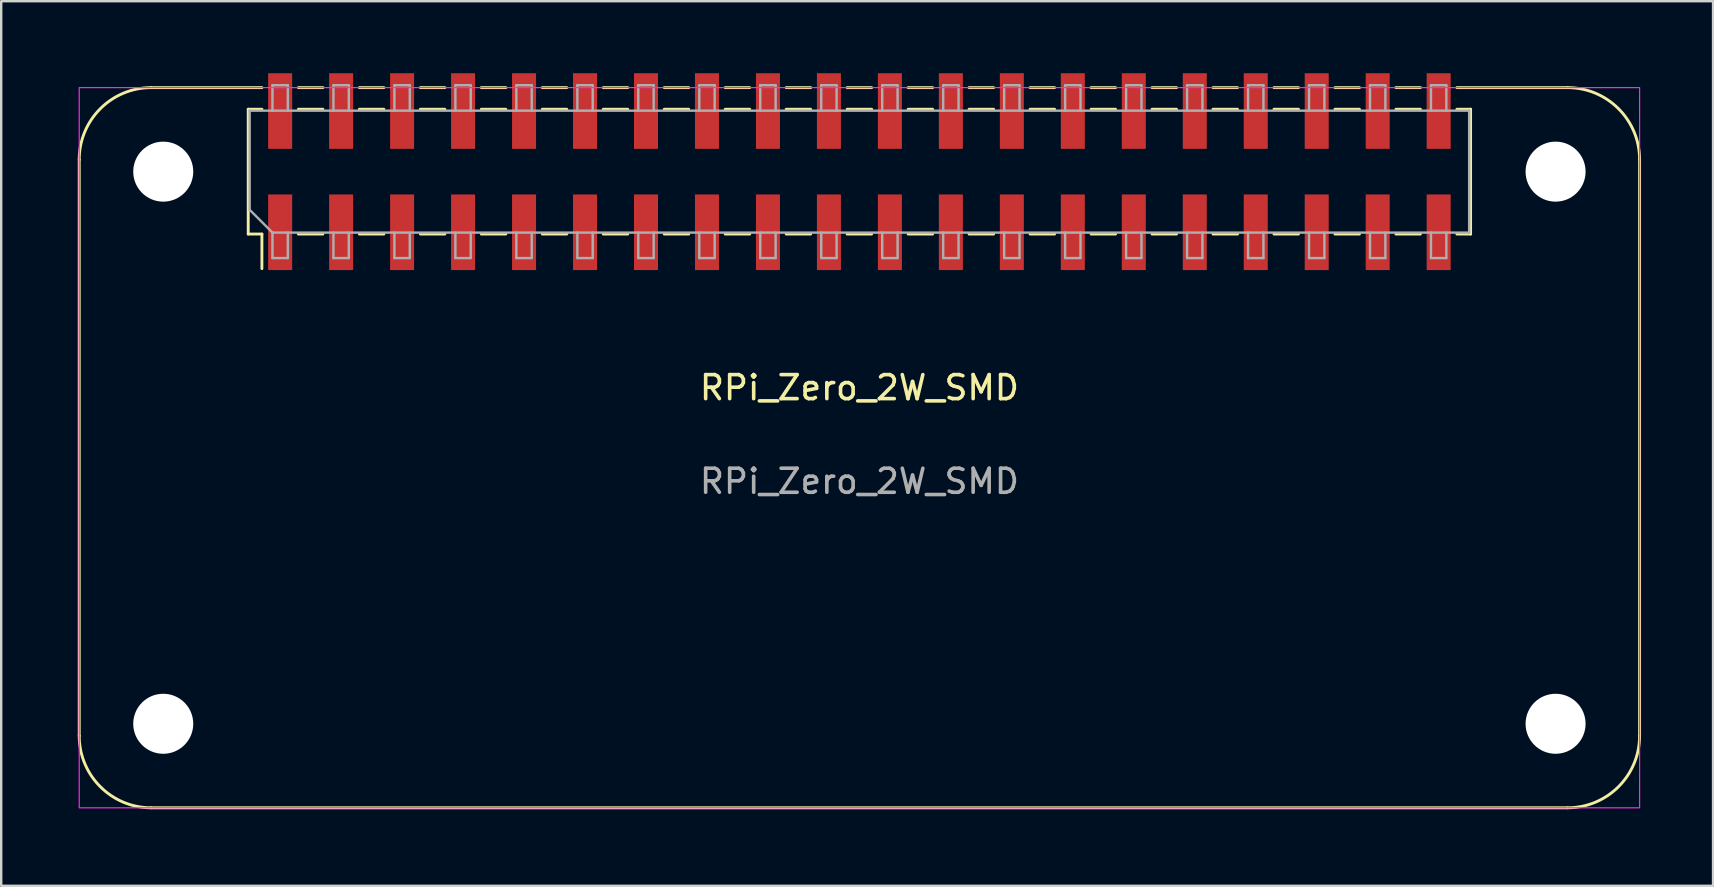
<source format=kicad_pcb>
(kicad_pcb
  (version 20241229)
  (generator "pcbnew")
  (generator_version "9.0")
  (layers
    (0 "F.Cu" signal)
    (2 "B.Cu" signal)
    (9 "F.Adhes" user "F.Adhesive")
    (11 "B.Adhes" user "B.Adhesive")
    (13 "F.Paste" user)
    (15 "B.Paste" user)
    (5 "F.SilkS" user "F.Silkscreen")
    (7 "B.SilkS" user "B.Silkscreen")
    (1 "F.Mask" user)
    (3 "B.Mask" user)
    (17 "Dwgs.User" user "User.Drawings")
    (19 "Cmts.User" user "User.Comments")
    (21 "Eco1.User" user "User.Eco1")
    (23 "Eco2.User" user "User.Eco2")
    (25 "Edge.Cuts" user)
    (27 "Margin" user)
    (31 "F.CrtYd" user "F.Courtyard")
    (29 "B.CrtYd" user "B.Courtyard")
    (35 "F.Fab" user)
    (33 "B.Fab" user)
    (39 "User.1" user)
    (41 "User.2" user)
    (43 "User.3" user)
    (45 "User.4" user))
  (footprint "RPi_Zero_2W_SMD"
    (layer "F.Cu")
    (at 0.25 30.6)
    (property "Reference" "RPi_Zero_2W_SMD" (at 32.5 -17.5 0) (unlocked yes) (layer "F.SilkS") (effects (font (size 1 1) (thickness 0.15))))
    (attr through_hole)
    (fp_line (start 0 -3) (end 0 -27) (stroke (width 0.12) (type solid)) (layer "F.SilkS"))
    (fp_line (start 3 -30) (end 7.61 -30) (stroke (width 0.12) (type solid)) (layer "F.SilkS"))
    (fp_line (start 7.04 -29.1) (end 7.61 -29.1) (stroke (width 0.12) (type solid)) (layer "F.SilkS"))
    (fp_line (start 7.04 -23.9) (end 7.04 -29.1) (stroke (width 0.12) (type solid)) (layer "F.SilkS"))
    (fp_line (start 7.04 -23.9) (end 7.61 -23.9) (stroke (width 0.12) (type solid)) (layer "F.SilkS"))
    (fp_line (start 7.61 -22.46) (end 7.61 -23.9) (stroke (width 0.12) (type solid)) (layer "F.SilkS"))
    (fp_line (start 9.13 -30) (end 10.15 -30) (stroke (width 0.12) (type solid)) (layer "F.SilkS"))
    (fp_line (start 9.13 -29.1) (end 10.15 -29.1) (stroke (width 0.12) (type solid)) (layer "F.SilkS"))
    (fp_line (start 9.13 -23.9) (end 10.15 -23.9) (stroke (width 0.12) (type solid)) (layer "F.SilkS"))
    (fp_line (start 11.67 -30) (end 12.69 -30) (stroke (width 0.12) (type solid)) (layer "F.SilkS"))
    (fp_line (start 11.67 -29.1) (end 12.69 -29.1) (stroke (width 0.12) (type solid)) (layer "F.SilkS"))
    (fp_line (start 11.67 -23.9) (end 12.69 -23.9) (stroke (width 0.12) (type solid)) (layer "F.SilkS"))
    (fp_line (start 14.21 -30) (end 15.23 -30) (stroke (width 0.12) (type solid)) (layer "F.SilkS"))
    (fp_line (start 14.21 -29.1) (end 15.23 -29.1) (stroke (width 0.12) (type solid)) (layer "F.SilkS"))
    (fp_line (start 14.21 -23.9) (end 15.23 -23.9) (stroke (width 0.12) (type solid)) (layer "F.SilkS"))
    (fp_line (start 16.75 -30) (end 17.77 -30) (stroke (width 0.12) (type solid)) (layer "F.SilkS"))
    (fp_line (start 16.75 -29.1) (end 17.77 -29.1) (stroke (width 0.12) (type solid)) (layer "F.SilkS"))
    (fp_line (start 16.75 -23.9) (end 17.77 -23.9) (stroke (width 0.12) (type solid)) (layer "F.SilkS"))
    (fp_line (start 19.29 -30) (end 20.31 -30) (stroke (width 0.12) (type solid)) (layer "F.SilkS"))
    (fp_line (start 19.29 -29.1) (end 20.31 -29.1) (stroke (width 0.12) (type solid)) (layer "F.SilkS"))
    (fp_line (start 19.29 -23.9) (end 20.31 -23.9) (stroke (width 0.12) (type solid)) (layer "F.SilkS"))
    (fp_line (start 21.83 -30) (end 22.85 -30) (stroke (width 0.12) (type solid)) (layer "F.SilkS"))
    (fp_line (start 21.83 -29.1) (end 22.85 -29.1) (stroke (width 0.12) (type solid)) (layer "F.SilkS"))
    (fp_line (start 21.83 -23.9) (end 22.85 -23.9) (stroke (width 0.12) (type solid)) (layer "F.SilkS"))
    (fp_line (start 24.37 -30) (end 25.39 -30) (stroke (width 0.12) (type solid)) (layer "F.SilkS"))
    (fp_line (start 24.37 -29.1) (end 25.39 -29.1) (stroke (width 0.12) (type solid)) (layer "F.SilkS"))
    (fp_line (start 24.37 -23.9) (end 25.39 -23.9) (stroke (width 0.12) (type solid)) (layer "F.SilkS"))
    (fp_line (start 26.91 -30) (end 27.93 -30) (stroke (width 0.12) (type solid)) (layer "F.SilkS"))
    (fp_line (start 26.91 -29.1) (end 27.93 -29.1) (stroke (width 0.12) (type solid)) (layer "F.SilkS"))
    (fp_line (start 26.91 -23.9) (end 27.93 -23.9) (stroke (width 0.12) (type solid)) (layer "F.SilkS"))
    (fp_line (start 29.45 -30) (end 30.47 -30) (stroke (width 0.12) (type solid)) (layer "F.SilkS"))
    (fp_line (start 29.45 -29.1) (end 30.47 -29.1) (stroke (width 0.12) (type solid)) (layer "F.SilkS"))
    (fp_line (start 29.45 -23.9) (end 30.47 -23.9) (stroke (width 0.12) (type solid)) (layer "F.SilkS"))
    (fp_line (start 31.99 -30) (end 33.01 -30) (stroke (width 0.12) (type solid)) (layer "F.SilkS"))
    (fp_line (start 31.99 -29.1) (end 33.01 -29.1) (stroke (width 0.12) (type solid)) (layer "F.SilkS"))
    (fp_line (start 31.99 -23.9) (end 33.01 -23.9) (stroke (width 0.12) (type solid)) (layer "F.SilkS"))
    (fp_line (start 34.53 -30) (end 35.55 -30) (stroke (width 0.12) (type solid)) (layer "F.SilkS"))
    (fp_line (start 34.53 -29.1) (end 35.55 -29.1) (stroke (width 0.12) (type solid)) (layer "F.SilkS"))
    (fp_line (start 34.53 -23.9) (end 35.55 -23.9) (stroke (width 0.12) (type solid)) (layer "F.SilkS"))
    (fp_line (start 37.07 -30) (end 38.09 -30) (stroke (width 0.12) (type solid)) (layer "F.SilkS"))
    (fp_line (start 37.07 -29.1) (end 38.09 -29.1) (stroke (width 0.12) (type solid)) (layer "F.SilkS"))
    (fp_line (start 37.07 -23.9) (end 38.09 -23.9) (stroke (width 0.12) (type solid)) (layer "F.SilkS"))
    (fp_line (start 39.61 -30) (end 40.63 -30) (stroke (width 0.12) (type solid)) (layer "F.SilkS"))
    (fp_line (start 39.61 -29.1) (end 40.63 -29.1) (stroke (width 0.12) (type solid)) (layer "F.SilkS"))
    (fp_line (start 39.61 -23.9) (end 40.63 -23.9) (stroke (width 0.12) (type solid)) (layer "F.SilkS"))
    (fp_line (start 42.15 -30) (end 43.17 -30) (stroke (width 0.12) (type solid)) (layer "F.SilkS"))
    (fp_line (start 42.15 -29.1) (end 43.17 -29.1) (stroke (width 0.12) (type solid)) (layer "F.SilkS"))
    (fp_line (start 42.15 -23.9) (end 43.17 -23.9) (stroke (width 0.12) (type solid)) (layer "F.SilkS"))
    (fp_line (start 44.69 -30) (end 45.71 -30) (stroke (width 0.12) (type solid)) (layer "F.SilkS"))
    (fp_line (start 44.69 -29.1) (end 45.71 -29.1) (stroke (width 0.12) (type solid)) (layer "F.SilkS"))
    (fp_line (start 44.69 -23.9) (end 45.71 -23.9) (stroke (width 0.12) (type solid)) (layer "F.SilkS"))
    (fp_line (start 47.23 -30) (end 48.25 -30) (stroke (width 0.12) (type solid)) (layer "F.SilkS"))
    (fp_line (start 47.23 -29.1) (end 48.25 -29.1) (stroke (width 0.12) (type solid)) (layer "F.SilkS"))
    (fp_line (start 47.23 -23.9) (end 48.25 -23.9) (stroke (width 0.12) (type solid)) (layer "F.SilkS"))
    (fp_line (start 49.77 -30) (end 50.79 -30) (stroke (width 0.12) (type solid)) (layer "F.SilkS"))
    (fp_line (start 49.77 -29.1) (end 50.79 -29.1) (stroke (width 0.12) (type solid)) (layer "F.SilkS"))
    (fp_line (start 49.77 -23.9) (end 50.79 -23.9) (stroke (width 0.12) (type solid)) (layer "F.SilkS"))
    (fp_line (start 52.31 -30) (end 53.33 -30) (stroke (width 0.12) (type solid)) (layer "F.SilkS"))
    (fp_line (start 52.31 -29.1) (end 53.33 -29.1) (stroke (width 0.12) (type solid)) (layer "F.SilkS"))
    (fp_line (start 52.31 -23.9) (end 53.33 -23.9) (stroke (width 0.12) (type solid)) (layer "F.SilkS"))
    (fp_line (start 54.85 -30) (end 55.87 -30) (stroke (width 0.12) (type solid)) (layer "F.SilkS"))
    (fp_line (start 54.85 -29.1) (end 55.87 -29.1) (stroke (width 0.12) (type solid)) (layer "F.SilkS"))
    (fp_line (start 54.85 -23.9) (end 55.87 -23.9) (stroke (width 0.12) (type solid)) (layer "F.SilkS"))
    (fp_line (start 57.39 -29.1) (end 57.96 -29.1) (stroke (width 0.12) (type solid)) (layer "F.SilkS"))
    (fp_line (start 57.39 -23.9) (end 57.96 -23.9) (stroke (width 0.12) (type solid)) (layer "F.SilkS"))
    (fp_line (start 57.96 -23.9) (end 57.96 -29.1) (stroke (width 0.12) (type solid)) (layer "F.SilkS"))
    (fp_line (start 62 -30) (end 57.39 -30) (stroke (width 0.12) (type solid)) (layer "F.SilkS"))
    (fp_line (start 62 0) (end 3 0) (stroke (width 0.12) (type solid)) (layer "F.SilkS"))
    (fp_line (start 65 -27) (end 65 -3) (stroke (width 0.12) (type solid)) (layer "F.SilkS"))
    (fp_arc (start 0 -27) (mid 0.87868 -29.12132) (end 3 -30) (stroke (width 0.12) (type solid)) (layer "F.SilkS"))
    (fp_arc (start 3 0) (mid 0.87868 -0.87868) (end 0 -3) (stroke (width 0.12) (type solid)) (layer "F.SilkS"))
    (fp_arc (start 62 -30) (mid 64.12132 -29.12132) (end 65 -27) (stroke (width 0.12) (type solid)) (layer "F.SilkS"))
    (fp_arc (start 65 -3) (mid 64.12132 -0.87868) (end 62 0) (stroke (width 0.12) (type solid)) (layer "F.SilkS"))
    (fp_rect (start 0 -30) (end 65 0) (stroke (width 0.05) (type solid)) (fill no) (layer "F.CrtYd"))
    (fp_line (start 7.1 -29.04) (end 57.9 -29.04) (stroke (width 0.1) (type solid)) (layer "F.Fab"))
    (fp_line (start 7.1 -24.91) (end 7.1 -29.04) (stroke (width 0.1) (type solid)) (layer "F.Fab"))
    (fp_line (start 8.05 -30.1) (end 8.69 -30.1) (stroke (width 0.1) (type solid)) (layer "F.Fab"))
    (fp_line (start 8.05 -29.04) (end 8.05 -30.1) (stroke (width 0.1) (type solid)) (layer "F.Fab"))
    (fp_line (start 8.05 -23.96) (end 7.1 -24.91) (stroke (width 0.1) (type solid)) (layer "F.Fab"))
    (fp_line (start 8.05 -23.96) (end 8.05 -22.9) (stroke (width 0.1) (type solid)) (layer "F.Fab"))
    (fp_line (start 8.05 -22.9) (end 8.69 -22.9) (stroke (width 0.1) (type solid)) (layer "F.Fab"))
    (fp_line (start 8.69 -30.1) (end 8.69 -29.04) (stroke (width 0.1) (type solid)) (layer "F.Fab"))
    (fp_line (start 8.69 -22.9) (end 8.69 -23.96) (stroke (width 0.1) (type solid)) (layer "F.Fab"))
    (fp_line (start 10.59 -30.1) (end 11.23 -30.1) (stroke (width 0.1) (type solid)) (layer "F.Fab"))
    (fp_line (start 10.59 -29.04) (end 10.59 -30.1) (stroke (width 0.1) (type solid)) (layer "F.Fab"))
    (fp_line (start 10.59 -23.96) (end 10.59 -22.9) (stroke (width 0.1) (type solid)) (layer "F.Fab"))
    (fp_line (start 10.59 -22.9) (end 11.23 -22.9) (stroke (width 0.1) (type solid)) (layer "F.Fab"))
    (fp_line (start 11.23 -30.1) (end 11.23 -29.04) (stroke (width 0.1) (type solid)) (layer "F.Fab"))
    (fp_line (start 11.23 -22.9) (end 11.23 -23.96) (stroke (width 0.1) (type solid)) (layer "F.Fab"))
    (fp_line (start 13.13 -30.1) (end 13.77 -30.1) (stroke (width 0.1) (type solid)) (layer "F.Fab"))
    (fp_line (start 13.13 -29.04) (end 13.13 -30.1) (stroke (width 0.1) (type solid)) (layer "F.Fab"))
    (fp_line (start 13.13 -23.96) (end 13.13 -22.9) (stroke (width 0.1) (type solid)) (layer "F.Fab"))
    (fp_line (start 13.13 -22.9) (end 13.77 -22.9) (stroke (width 0.1) (type solid)) (layer "F.Fab"))
    (fp_line (start 13.77 -30.1) (end 13.77 -29.04) (stroke (width 0.1) (type solid)) (layer "F.Fab"))
    (fp_line (start 13.77 -22.9) (end 13.77 -23.96) (stroke (width 0.1) (type solid)) (layer "F.Fab"))
    (fp_line (start 15.67 -30.1) (end 16.31 -30.1) (stroke (width 0.1) (type solid)) (layer "F.Fab"))
    (fp_line (start 15.67 -29.04) (end 15.67 -30.1) (stroke (width 0.1) (type solid)) (layer "F.Fab"))
    (fp_line (start 15.67 -23.96) (end 15.67 -22.9) (stroke (width 0.1) (type solid)) (layer "F.Fab"))
    (fp_line (start 15.67 -22.9) (end 16.31 -22.9) (stroke (width 0.1) (type solid)) (layer "F.Fab"))
    (fp_line (start 16.31 -30.1) (end 16.31 -29.04) (stroke (width 0.1) (type solid)) (layer "F.Fab"))
    (fp_line (start 16.31 -22.9) (end 16.31 -23.96) (stroke (width 0.1) (type solid)) (layer "F.Fab"))
    (fp_line (start 18.21 -30.1) (end 18.85 -30.1) (stroke (width 0.1) (type solid)) (layer "F.Fab"))
    (fp_line (start 18.21 -29.04) (end 18.21 -30.1) (stroke (width 0.1) (type solid)) (layer "F.Fab"))
    (fp_line (start 18.21 -23.96) (end 18.21 -22.9) (stroke (width 0.1) (type solid)) (layer "F.Fab"))
    (fp_line (start 18.21 -22.9) (end 18.85 -22.9) (stroke (width 0.1) (type solid)) (layer "F.Fab"))
    (fp_line (start 18.85 -30.1) (end 18.85 -29.04) (stroke (width 0.1) (type solid)) (layer "F.Fab"))
    (fp_line (start 18.85 -22.9) (end 18.85 -23.96) (stroke (width 0.1) (type solid)) (layer "F.Fab"))
    (fp_line (start 20.75 -30.1) (end 21.39 -30.1) (stroke (width 0.1) (type solid)) (layer "F.Fab"))
    (fp_line (start 20.75 -29.04) (end 20.75 -30.1) (stroke (width 0.1) (type solid)) (layer "F.Fab"))
    (fp_line (start 20.75 -23.96) (end 20.75 -22.9) (stroke (width 0.1) (type solid)) (layer "F.Fab"))
    (fp_line (start 20.75 -22.9) (end 21.39 -22.9) (stroke (width 0.1) (type solid)) (layer "F.Fab"))
    (fp_line (start 21.39 -30.1) (end 21.39 -29.04) (stroke (width 0.1) (type solid)) (layer "F.Fab"))
    (fp_line (start 21.39 -22.9) (end 21.39 -23.96) (stroke (width 0.1) (type solid)) (layer "F.Fab"))
    (fp_line (start 23.29 -30.1) (end 23.93 -30.1) (stroke (width 0.1) (type solid)) (layer "F.Fab"))
    (fp_line (start 23.29 -29.04) (end 23.29 -30.1) (stroke (width 0.1) (type solid)) (layer "F.Fab"))
    (fp_line (start 23.29 -23.96) (end 23.29 -22.9) (stroke (width 0.1) (type solid)) (layer "F.Fab"))
    (fp_line (start 23.29 -22.9) (end 23.93 -22.9) (stroke (width 0.1) (type solid)) (layer "F.Fab"))
    (fp_line (start 23.93 -30.1) (end 23.93 -29.04) (stroke (width 0.1) (type solid)) (layer "F.Fab"))
    (fp_line (start 23.93 -22.9) (end 23.93 -23.96) (stroke (width 0.1) (type solid)) (layer "F.Fab"))
    (fp_line (start 25.83 -30.1) (end 26.47 -30.1) (stroke (width 0.1) (type solid)) (layer "F.Fab"))
    (fp_line (start 25.83 -29.04) (end 25.83 -30.1) (stroke (width 0.1) (type solid)) (layer "F.Fab"))
    (fp_line (start 25.83 -23.96) (end 25.83 -22.9) (stroke (width 0.1) (type solid)) (layer "F.Fab"))
    (fp_line (start 25.83 -22.9) (end 26.47 -22.9) (stroke (width 0.1) (type solid)) (layer "F.Fab"))
    (fp_line (start 26.47 -30.1) (end 26.47 -29.04) (stroke (width 0.1) (type solid)) (layer "F.Fab"))
    (fp_line (start 26.47 -22.9) (end 26.47 -23.96) (stroke (width 0.1) (type solid)) (layer "F.Fab"))
    (fp_line (start 28.37 -30.1) (end 29.01 -30.1) (stroke (width 0.1) (type solid)) (layer "F.Fab"))
    (fp_line (start 28.37 -29.04) (end 28.37 -30.1) (stroke (width 0.1) (type solid)) (layer "F.Fab"))
    (fp_line (start 28.37 -23.96) (end 28.37 -22.9) (stroke (width 0.1) (type solid)) (layer "F.Fab"))
    (fp_line (start 28.37 -22.9) (end 29.01 -22.9) (stroke (width 0.1) (type solid)) (layer "F.Fab"))
    (fp_line (start 29.01 -30.1) (end 29.01 -29.04) (stroke (width 0.1) (type solid)) (layer "F.Fab"))
    (fp_line (start 29.01 -22.9) (end 29.01 -23.96) (stroke (width 0.1) (type solid)) (layer "F.Fab"))
    (fp_line (start 30.91 -30.1) (end 31.55 -30.1) (stroke (width 0.1) (type solid)) (layer "F.Fab"))
    (fp_line (start 30.91 -29.04) (end 30.91 -30.1) (stroke (width 0.1) (type solid)) (layer "F.Fab"))
    (fp_line (start 30.91 -23.96) (end 30.91 -22.9) (stroke (width 0.1) (type solid)) (layer "F.Fab"))
    (fp_line (start 30.91 -22.9) (end 31.55 -22.9) (stroke (width 0.1) (type solid)) (layer "F.Fab"))
    (fp_line (start 31.55 -30.1) (end 31.55 -29.04) (stroke (width 0.1) (type solid)) (layer "F.Fab"))
    (fp_line (start 31.55 -22.9) (end 31.55 -23.96) (stroke (width 0.1) (type solid)) (layer "F.Fab"))
    (fp_line (start 33.45 -30.1) (end 34.09 -30.1) (stroke (width 0.1) (type solid)) (layer "F.Fab"))
    (fp_line (start 33.45 -29.04) (end 33.45 -30.1) (stroke (width 0.1) (type solid)) (layer "F.Fab"))
    (fp_line (start 33.45 -23.96) (end 33.45 -22.9) (stroke (width 0.1) (type solid)) (layer "F.Fab"))
    (fp_line (start 33.45 -22.9) (end 34.09 -22.9) (stroke (width 0.1) (type solid)) (layer "F.Fab"))
    (fp_line (start 34.09 -30.1) (end 34.09 -29.04) (stroke (width 0.1) (type solid)) (layer "F.Fab"))
    (fp_line (start 34.09 -22.9) (end 34.09 -23.96) (stroke (width 0.1) (type solid)) (layer "F.Fab"))
    (fp_line (start 35.99 -30.1) (end 36.63 -30.1) (stroke (width 0.1) (type solid)) (layer "F.Fab"))
    (fp_line (start 35.99 -29.04) (end 35.99 -30.1) (stroke (width 0.1) (type solid)) (layer "F.Fab"))
    (fp_line (start 35.99 -23.96) (end 35.99 -22.9) (stroke (width 0.1) (type solid)) (layer "F.Fab"))
    (fp_line (start 35.99 -22.9) (end 36.63 -22.9) (stroke (width 0.1) (type solid)) (layer "F.Fab"))
    (fp_line (start 36.63 -30.1) (end 36.63 -29.04) (stroke (width 0.1) (type solid)) (layer "F.Fab"))
    (fp_line (start 36.63 -22.9) (end 36.63 -23.96) (stroke (width 0.1) (type solid)) (layer "F.Fab"))
    (fp_line (start 38.53 -30.1) (end 39.17 -30.1) (stroke (width 0.1) (type solid)) (layer "F.Fab"))
    (fp_line (start 38.53 -29.04) (end 38.53 -30.1) (stroke (width 0.1) (type solid)) (layer "F.Fab"))
    (fp_line (start 38.53 -23.96) (end 38.53 -22.9) (stroke (width 0.1) (type solid)) (layer "F.Fab"))
    (fp_line (start 38.53 -22.9) (end 39.17 -22.9) (stroke (width 0.1) (type solid)) (layer "F.Fab"))
    (fp_line (start 39.17 -30.1) (end 39.17 -29.04) (stroke (width 0.1) (type solid)) (layer "F.Fab"))
    (fp_line (start 39.17 -22.9) (end 39.17 -23.96) (stroke (width 0.1) (type solid)) (layer "F.Fab"))
    (fp_line (start 41.07 -30.1) (end 41.71 -30.1) (stroke (width 0.1) (type solid)) (layer "F.Fab"))
    (fp_line (start 41.07 -29.04) (end 41.07 -30.1) (stroke (width 0.1) (type solid)) (layer "F.Fab"))
    (fp_line (start 41.07 -23.96) (end 41.07 -22.9) (stroke (width 0.1) (type solid)) (layer "F.Fab"))
    (fp_line (start 41.07 -22.9) (end 41.71 -22.9) (stroke (width 0.1) (type solid)) (layer "F.Fab"))
    (fp_line (start 41.71 -30.1) (end 41.71 -29.04) (stroke (width 0.1) (type solid)) (layer "F.Fab"))
    (fp_line (start 41.71 -22.9) (end 41.71 -23.96) (stroke (width 0.1) (type solid)) (layer "F.Fab"))
    (fp_line (start 43.61 -30.1) (end 44.25 -30.1) (stroke (width 0.1) (type solid)) (layer "F.Fab"))
    (fp_line (start 43.61 -29.04) (end 43.61 -30.1) (stroke (width 0.1) (type solid)) (layer "F.Fab"))
    (fp_line (start 43.61 -23.96) (end 43.61 -22.9) (stroke (width 0.1) (type solid)) (layer "F.Fab"))
    (fp_line (start 43.61 -22.9) (end 44.25 -22.9) (stroke (width 0.1) (type solid)) (layer "F.Fab"))
    (fp_line (start 44.25 -30.1) (end 44.25 -29.04) (stroke (width 0.1) (type solid)) (layer "F.Fab"))
    (fp_line (start 44.25 -22.9) (end 44.25 -23.96) (stroke (width 0.1) (type solid)) (layer "F.Fab"))
    (fp_line (start 46.15 -30.1) (end 46.79 -30.1) (stroke (width 0.1) (type solid)) (layer "F.Fab"))
    (fp_line (start 46.15 -29.04) (end 46.15 -30.1) (stroke (width 0.1) (type solid)) (layer "F.Fab"))
    (fp_line (start 46.15 -23.96) (end 46.15 -22.9) (stroke (width 0.1) (type solid)) (layer "F.Fab"))
    (fp_line (start 46.15 -22.9) (end 46.79 -22.9) (stroke (width 0.1) (type solid)) (layer "F.Fab"))
    (fp_line (start 46.79 -30.1) (end 46.79 -29.04) (stroke (width 0.1) (type solid)) (layer "F.Fab"))
    (fp_line (start 46.79 -22.9) (end 46.79 -23.96) (stroke (width 0.1) (type solid)) (layer "F.Fab"))
    (fp_line (start 48.69 -30.1) (end 49.33 -30.1) (stroke (width 0.1) (type solid)) (layer "F.Fab"))
    (fp_line (start 48.69 -29.04) (end 48.69 -30.1) (stroke (width 0.1) (type solid)) (layer "F.Fab"))
    (fp_line (start 48.69 -23.96) (end 48.69 -22.9) (stroke (width 0.1) (type solid)) (layer "F.Fab"))
    (fp_line (start 48.69 -22.9) (end 49.33 -22.9) (stroke (width 0.1) (type solid)) (layer "F.Fab"))
    (fp_line (start 49.33 -30.1) (end 49.33 -29.04) (stroke (width 0.1) (type solid)) (layer "F.Fab"))
    (fp_line (start 49.33 -22.9) (end 49.33 -23.96) (stroke (width 0.1) (type solid)) (layer "F.Fab"))
    (fp_line (start 51.23 -30.1) (end 51.87 -30.1) (stroke (width 0.1) (type solid)) (layer "F.Fab"))
    (fp_line (start 51.23 -29.04) (end 51.23 -30.1) (stroke (width 0.1) (type solid)) (layer "F.Fab"))
    (fp_line (start 51.23 -23.96) (end 51.23 -22.9) (stroke (width 0.1) (type solid)) (layer "F.Fab"))
    (fp_line (start 51.23 -22.9) (end 51.87 -22.9) (stroke (width 0.1) (type solid)) (layer "F.Fab"))
    (fp_line (start 51.87 -30.1) (end 51.87 -29.04) (stroke (width 0.1) (type solid)) (layer "F.Fab"))
    (fp_line (start 51.87 -22.9) (end 51.87 -23.96) (stroke (width 0.1) (type solid)) (layer "F.Fab"))
    (fp_line (start 53.77 -30.1) (end 54.41 -30.1) (stroke (width 0.1) (type solid)) (layer "F.Fab"))
    (fp_line (start 53.77 -29.04) (end 53.77 -30.1) (stroke (width 0.1) (type solid)) (layer "F.Fab"))
    (fp_line (start 53.77 -23.96) (end 53.77 -22.9) (stroke (width 0.1) (type solid)) (layer "F.Fab"))
    (fp_line (start 53.77 -22.9) (end 54.41 -22.9) (stroke (width 0.1) (type solid)) (layer "F.Fab"))
    (fp_line (start 54.41 -30.1) (end 54.41 -29.04) (stroke (width 0.1) (type solid)) (layer "F.Fab"))
    (fp_line (start 54.41 -22.9) (end 54.41 -23.96) (stroke (width 0.1) (type solid)) (layer "F.Fab"))
    (fp_line (start 56.31 -30.1) (end 56.95 -30.1) (stroke (width 0.1) (type solid)) (layer "F.Fab"))
    (fp_line (start 56.31 -29.04) (end 56.31 -30.1) (stroke (width 0.1) (type solid)) (layer "F.Fab"))
    (fp_line (start 56.31 -23.96) (end 56.31 -22.9) (stroke (width 0.1) (type solid)) (layer "F.Fab"))
    (fp_line (start 56.31 -22.9) (end 56.95 -22.9) (stroke (width 0.1) (type solid)) (layer "F.Fab"))
    (fp_line (start 56.95 -30.1) (end 56.95 -29.04) (stroke (width 0.1) (type solid)) (layer "F.Fab"))
    (fp_line (start 56.95 -22.9) (end 56.95 -23.96) (stroke (width 0.1) (type solid)) (layer "F.Fab"))
    (fp_line (start 57.9 -29.04) (end 57.9 -23.96) (stroke (width 0.1) (type solid)) (layer "F.Fab"))
    (fp_line (start 57.9 -23.96) (end 8.05 -23.96) (stroke (width 0.1) (type solid)) (layer "F.Fab"))
    (fp_text user "${REFERENCE}" (at 32.5 -13.6 180) (layer "F.Fab") (effects (font (size 1 1) (thickness 0.15))))
    (pad "" np_thru_hole circle (at 3.5 -26.5) (size 2.5 2.5) (drill 2.5) (layers "*.Cu" "*.Mask"))
    (pad "" np_thru_hole circle (at 3.5 -3.5) (size 2.5 2.5) (drill 2.5) (layers "*.Cu" "*.Mask"))
    (pad "" np_thru_hole circle (at 61.5 -26.5) (size 2.5 2.5) (drill 2.5) (layers "*.Cu" "*.Mask"))
    (pad "" np_thru_hole circle (at 61.5 -3.5) (size 2.5 2.5) (drill 2.5) (layers "*.Cu" "*.Mask"))
    (pad "1" smd rect (at 8.37 -23.975 90) (size 3.15 1) (layers "F.Cu" "F.Mask" "F.Paste"))
    (pad "2" smd rect (at 8.37 -29.025 90) (size 3.15 1) (layers "F.Cu" "F.Mask" "F.Paste"))
    (pad "3" smd rect (at 10.91 -23.975 90) (size 3.15 1) (layers "F.Cu" "F.Mask" "F.Paste"))
    (pad "4" smd rect (at 10.91 -29.025 90) (size 3.15 1) (layers "F.Cu" "F.Mask" "F.Paste"))
    (pad "5" smd rect (at 13.45 -23.975 90) (size 3.15 1) (layers "F.Cu" "F.Mask" "F.Paste"))
    (pad "6" smd rect (at 13.45 -29.025 90) (size 3.15 1) (layers "F.Cu" "F.Mask" "F.Paste"))
    (pad "7" smd rect (at 15.99 -23.975 90) (size 3.15 1) (layers "F.Cu" "F.Mask" "F.Paste"))
    (pad "8" smd rect (at 15.99 -29.025 90) (size 3.15 1) (layers "F.Cu" "F.Mask" "F.Paste"))
    (pad "9" smd rect (at 18.53 -23.975 90) (size 3.15 1) (layers "F.Cu" "F.Mask" "F.Paste"))
    (pad "10" smd rect (at 18.53 -29.025 90) (size 3.15 1) (layers "F.Cu" "F.Mask" "F.Paste"))
    (pad "11" smd rect (at 21.07 -23.975 90) (size 3.15 1) (layers "F.Cu" "F.Mask" "F.Paste"))
    (pad "12" smd rect (at 21.07 -29.025 90) (size 3.15 1) (layers "F.Cu" "F.Mask" "F.Paste"))
    (pad "13" smd rect (at 23.61 -23.975 90) (size 3.15 1) (layers "F.Cu" "F.Mask" "F.Paste"))
    (pad "14" smd rect (at 23.61 -29.025 90) (size 3.15 1) (layers "F.Cu" "F.Mask" "F.Paste"))
    (pad "15" smd rect (at 26.15 -23.975 90) (size 3.15 1) (layers "F.Cu" "F.Mask" "F.Paste"))
    (pad "16" smd rect (at 26.15 -29.025 90) (size 3.15 1) (layers "F.Cu" "F.Mask" "F.Paste"))
    (pad "17" smd rect (at 28.69 -23.975 90) (size 3.15 1) (layers "F.Cu" "F.Mask" "F.Paste"))
    (pad "18" smd rect (at 28.69 -29.025 90) (size 3.15 1) (layers "F.Cu" "F.Mask" "F.Paste"))
    (pad "19" smd rect (at 31.23 -23.975 90) (size 3.15 1) (layers "F.Cu" "F.Mask" "F.Paste"))
    (pad "20" smd rect (at 31.23 -29.025 90) (size 3.15 1) (layers "F.Cu" "F.Mask" "F.Paste"))
    (pad "21" smd rect (at 33.77 -23.975 90) (size 3.15 1) (layers "F.Cu" "F.Mask" "F.Paste"))
    (pad "22" smd rect (at 33.77 -29.025 90) (size 3.15 1) (layers "F.Cu" "F.Mask" "F.Paste"))
    (pad "23" smd rect (at 36.31 -23.975 90) (size 3.15 1) (layers "F.Cu" "F.Mask" "F.Paste"))
    (pad "24" smd rect (at 36.31 -29.025 90) (size 3.15 1) (layers "F.Cu" "F.Mask" "F.Paste"))
    (pad "25" smd rect (at 38.85 -23.975 90) (size 3.15 1) (layers "F.Cu" "F.Mask" "F.Paste"))
    (pad "26" smd rect (at 38.85 -29.025 90) (size 3.15 1) (layers "F.Cu" "F.Mask" "F.Paste"))
    (pad "27" smd rect (at 41.39 -23.975 90) (size 3.15 1) (layers "F.Cu" "F.Mask" "F.Paste"))
    (pad "28" smd rect (at 41.39 -29.025 90) (size 3.15 1) (layers "F.Cu" "F.Mask" "F.Paste"))
    (pad "29" smd rect (at 43.93 -23.975 90) (size 3.15 1) (layers "F.Cu" "F.Mask" "F.Paste"))
    (pad "30" smd rect (at 43.93 -29.025 90) (size 3.15 1) (layers "F.Cu" "F.Mask" "F.Paste"))
    (pad "31" smd rect (at 46.47 -23.975 90) (size 3.15 1) (layers "F.Cu" "F.Mask" "F.Paste"))
    (pad "32" smd rect (at 46.47 -29.025 90) (size 3.15 1) (layers "F.Cu" "F.Mask" "F.Paste"))
    (pad "33" smd rect (at 49.01 -23.975 90) (size 3.15 1) (layers "F.Cu" "F.Mask" "F.Paste"))
    (pad "34" smd rect (at 49.01 -29.025 90) (size 3.15 1) (layers "F.Cu" "F.Mask" "F.Paste"))
    (pad "35" smd rect (at 51.55 -23.975 90) (size 3.15 1) (layers "F.Cu" "F.Mask" "F.Paste"))
    (pad "36" smd rect (at 51.55 -29.025 90) (size 3.15 1) (layers "F.Cu" "F.Mask" "F.Paste"))
    (pad "37" smd rect (at 54.09 -23.975 90) (size 3.15 1) (layers "F.Cu" "F.Mask" "F.Paste"))
    (pad "38" smd rect (at 54.09 -29.025 90) (size 3.15 1) (layers "F.Cu" "F.Mask" "F.Paste"))
    (pad "39" smd rect (at 56.63 -23.975 90) (size 3.15 1) (layers "F.Cu" "F.Mask" "F.Paste"))
    (pad "40" smd rect (at 56.63 -29.025 90) (size 3.15 1) (layers "F.Cu" "F.Mask" "F.Paste")))
  (gr_rect
    (start -3 -3)
    (end 68.31 33.85)
    (stroke (width 0.1) (type default))
    (fill no)
    (layer "Edge.Cuts")))
</source>
